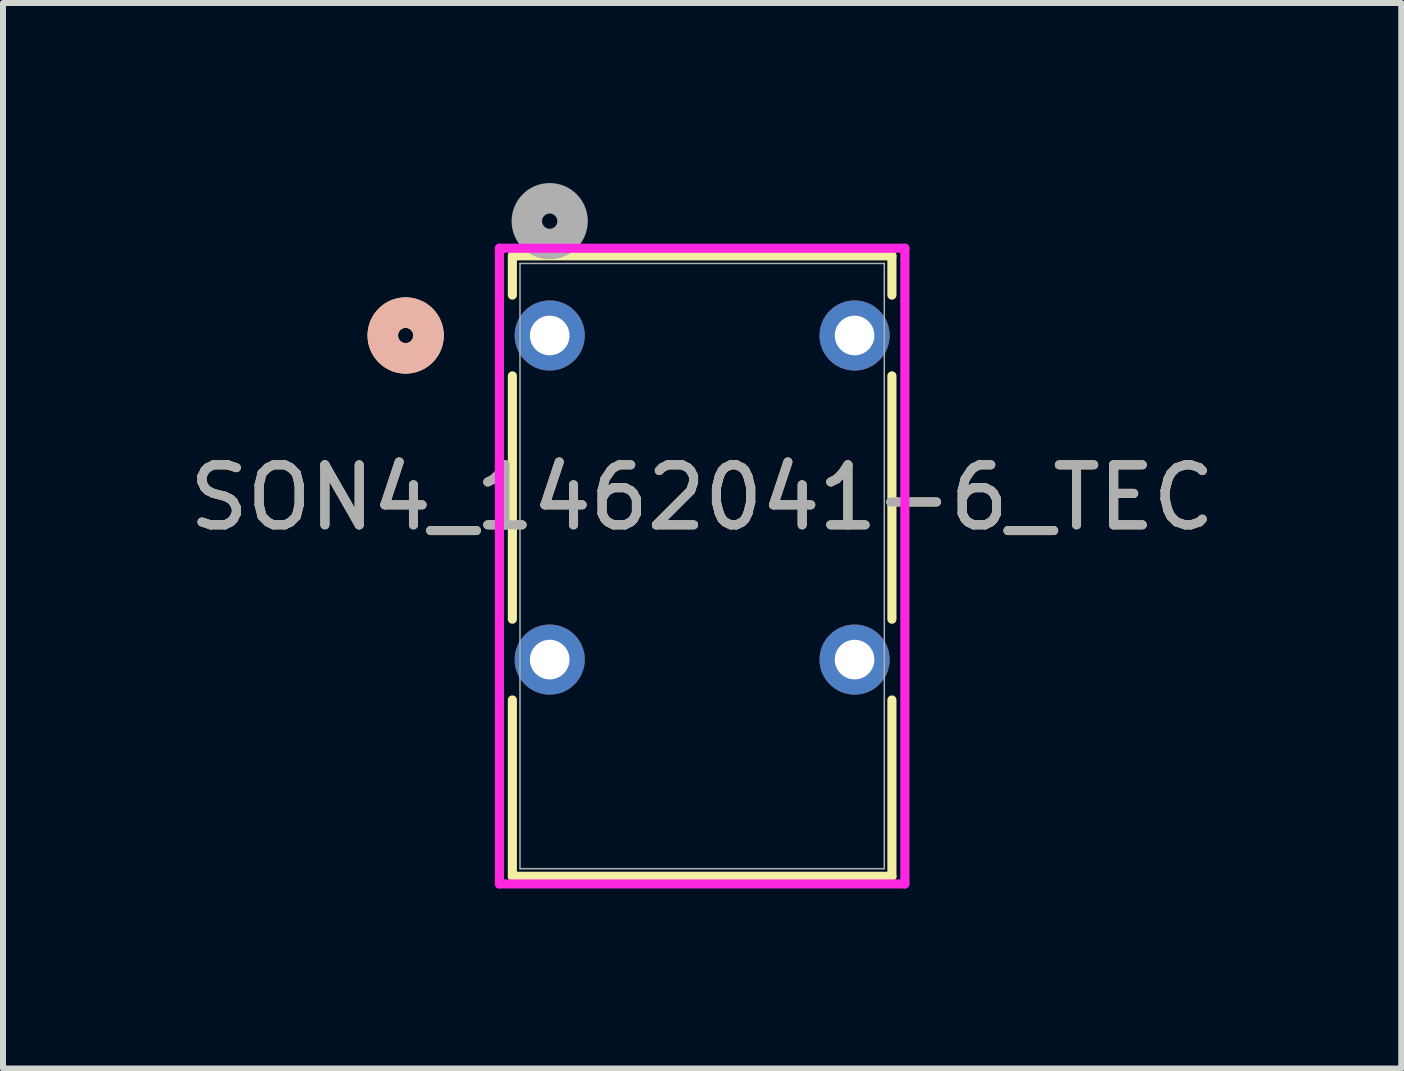
<source format=kicad_pcb>
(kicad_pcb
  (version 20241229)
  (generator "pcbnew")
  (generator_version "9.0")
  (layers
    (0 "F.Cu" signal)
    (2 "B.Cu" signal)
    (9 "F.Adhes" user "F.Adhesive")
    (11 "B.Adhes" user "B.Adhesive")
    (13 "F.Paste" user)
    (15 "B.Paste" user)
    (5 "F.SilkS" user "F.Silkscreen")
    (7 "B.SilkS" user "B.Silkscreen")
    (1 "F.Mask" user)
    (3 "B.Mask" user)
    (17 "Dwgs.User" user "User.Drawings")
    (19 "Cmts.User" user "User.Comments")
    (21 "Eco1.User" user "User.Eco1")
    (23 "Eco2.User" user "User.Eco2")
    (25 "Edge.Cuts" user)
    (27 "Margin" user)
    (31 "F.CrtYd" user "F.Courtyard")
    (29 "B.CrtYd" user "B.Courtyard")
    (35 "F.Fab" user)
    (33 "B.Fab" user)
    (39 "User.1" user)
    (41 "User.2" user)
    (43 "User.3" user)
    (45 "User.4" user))
  (footprint "SON4_1462041-6_TEC"
    (layer "F.Cu")
    (at 6.109 2.54)
    (property "Reference" "SON4_1462041-6_TEC" (at 2.54 2.7 0) (unlocked yes) (layer "F.SilkS") (effects (font (size 1 1) (thickness 0.15))))
    (attr through_hole)
    (fp_line (start -0.622 -1.327) (end -0.622 -0.673) (stroke (width 0.152) (type solid)) (layer "F.SilkS"))
    (fp_line (start -0.622 0.673) (end -0.622 4.727) (stroke (width 0.152) (type solid)) (layer "F.SilkS"))
    (fp_line (start -0.622 6.073) (end -0.622 9.011) (stroke (width 0.152) (type solid)) (layer "F.SilkS"))
    (fp_line (start -0.622 9.011) (end 5.702 9.011) (stroke (width 0.152) (type solid)) (layer "F.SilkS"))
    (fp_line (start 5.702 -1.327) (end -0.622 -1.327) (stroke (width 0.152) (type solid)) (layer "F.SilkS"))
    (fp_line (start 5.702 -0.673) (end 5.702 -1.327) (stroke (width 0.152) (type solid)) (layer "F.SilkS"))
    (fp_line (start 5.702 4.727) (end 5.702 0.673) (stroke (width 0.152) (type solid)) (layer "F.SilkS"))
    (fp_line (start 5.702 9.011) (end 5.702 6.073) (stroke (width 0.152) (type solid)) (layer "F.SilkS"))
    (fp_circle (center -2.4 0) (end -2.019 0) (stroke (width 0.508) (type solid)) (fill no) (layer "F.SilkS"))
    (fp_circle (center -2.4 0) (end -2.019 0) (stroke (width 0.508) (type solid)) (fill no) (layer "B.SilkS"))
    (fp_line (start -0.838 -1.454) (end -0.838 9.138) (stroke (width 0.152) (type solid)) (layer "F.CrtYd"))
    (fp_line (start -0.838 9.138) (end 5.918 9.138) (stroke (width 0.152) (type solid)) (layer "F.CrtYd"))
    (fp_line (start 5.918 -1.454) (end -0.838 -1.454) (stroke (width 0.152) (type solid)) (layer "F.CrtYd"))
    (fp_line (start 5.918 9.138) (end 5.918 -1.454) (stroke (width 0.152) (type solid)) (layer "F.CrtYd"))
    (fp_line (start -0.495 -1.2) (end -0.495 8.884) (stroke (width 0.025) (type solid)) (layer "F.Fab"))
    (fp_line (start -0.495 8.884) (end 5.575 8.884) (stroke (width 0.025) (type solid)) (layer "F.Fab"))
    (fp_line (start 5.575 -1.2) (end -0.495 -1.2) (stroke (width 0.025) (type solid)) (layer "F.Fab"))
    (fp_line (start 5.575 8.884) (end 5.575 -1.2) (stroke (width 0.025) (type solid)) (layer "F.Fab"))
    (fp_circle (center 0 -1.905) (end 0.381 -1.905) (stroke (width 0.508) (type solid)) (fill no) (layer "F.Fab"))
    (fp_text user "${REFERENCE}" (at 2.54 2.7 0) (unlocked yes) (layer "F.Fab") (effects (font (size 1 1) (thickness 0.15))))
    (pad "1" thru_hole circle (at 0 0) (size 1.168 1.168) (drill 0.66) (layers "*.Cu" "*.Mask"))
    (pad "3" thru_hole circle (at 0 5.4) (size 1.168 1.168) (drill 0.66) (layers "*.Cu" "*.Mask"))
    (pad "6" thru_hole circle (at 5.08 5.4) (size 1.168 1.168) (drill 0.66) (layers "*.Cu" "*.Mask"))
    (pad "8" thru_hole circle (at 5.08 0) (size 1.168 1.168) (drill 0.66) (layers "*.Cu" "*.Mask")))
  (gr_rect
    (start -3 -3)
    (end 20.298 14.754)
    (stroke (width 0.1) (type default))
    (fill no)
    (layer "Edge.Cuts")))
</source>
